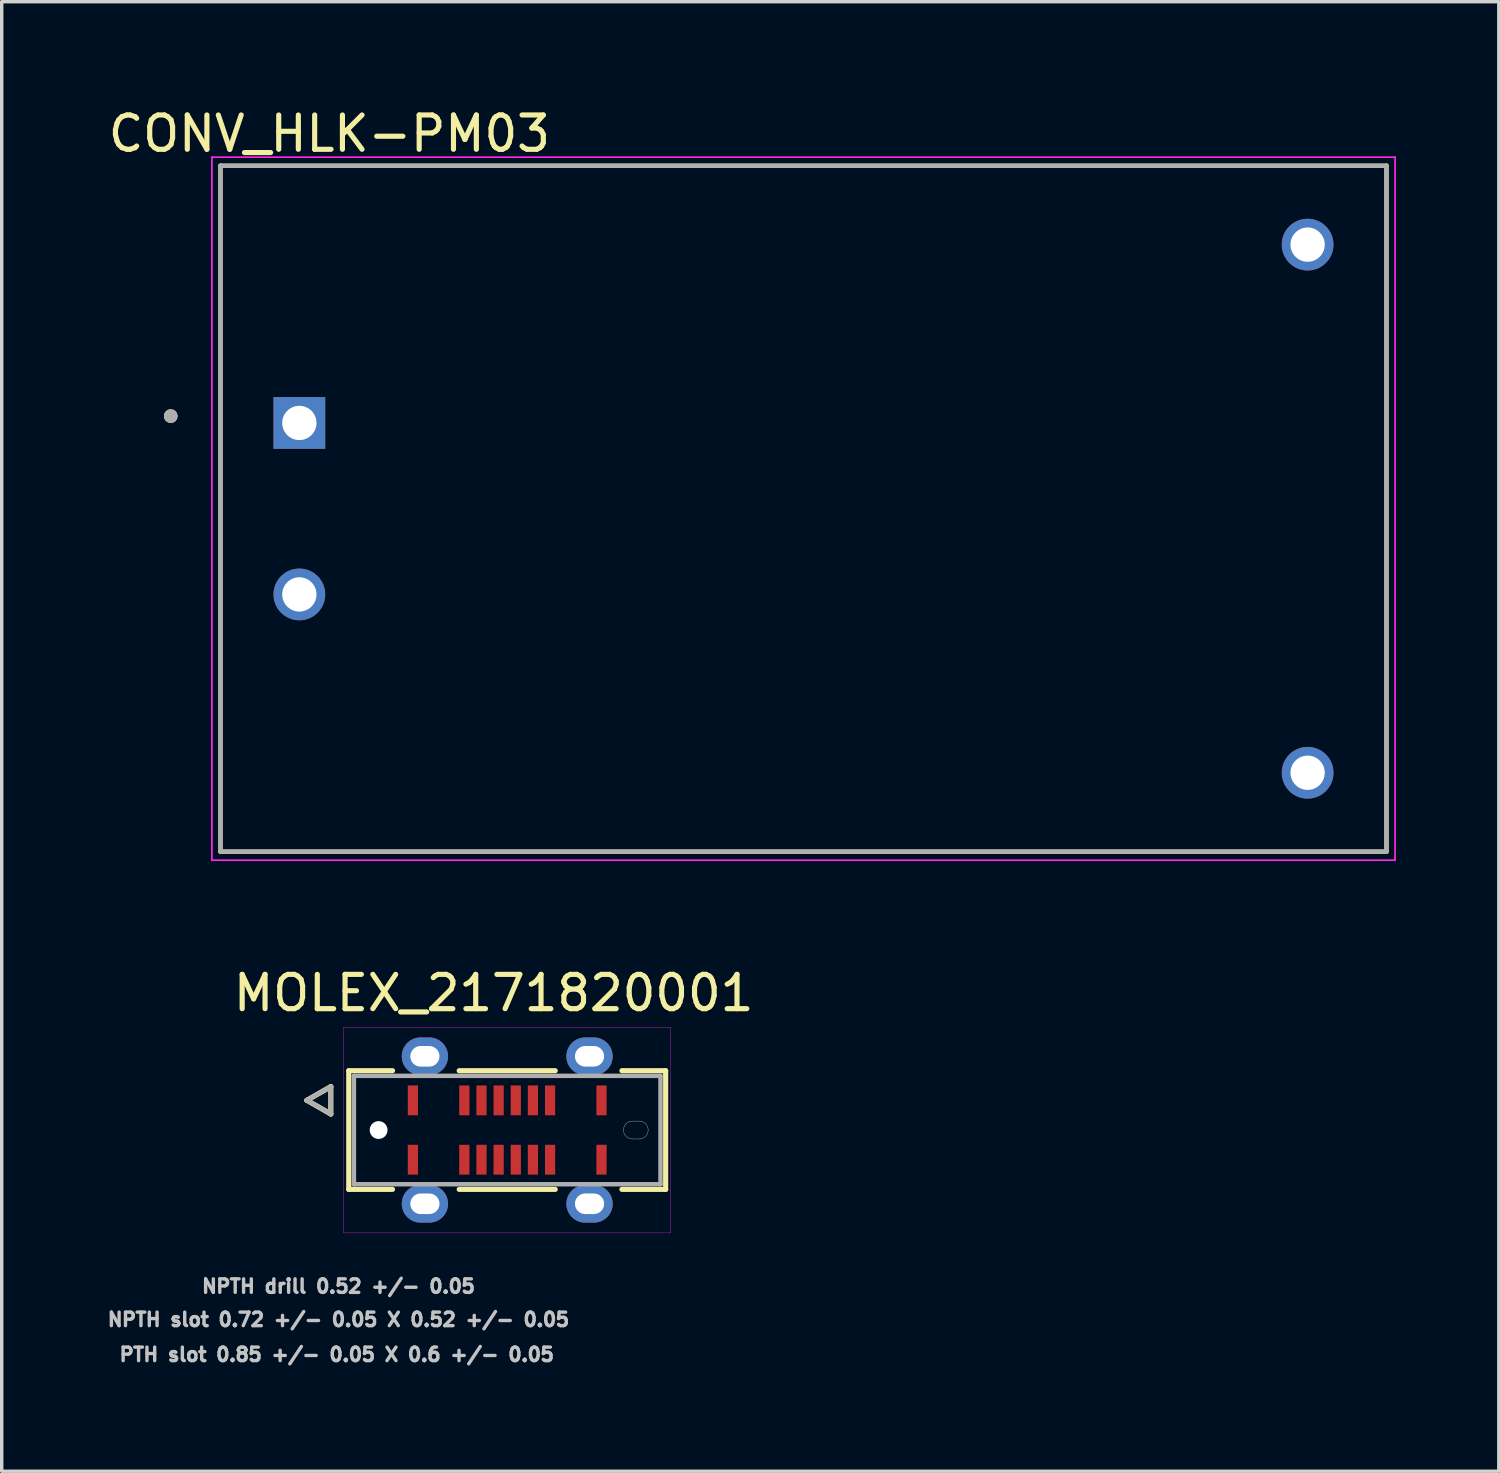
<source format=kicad_pcb>
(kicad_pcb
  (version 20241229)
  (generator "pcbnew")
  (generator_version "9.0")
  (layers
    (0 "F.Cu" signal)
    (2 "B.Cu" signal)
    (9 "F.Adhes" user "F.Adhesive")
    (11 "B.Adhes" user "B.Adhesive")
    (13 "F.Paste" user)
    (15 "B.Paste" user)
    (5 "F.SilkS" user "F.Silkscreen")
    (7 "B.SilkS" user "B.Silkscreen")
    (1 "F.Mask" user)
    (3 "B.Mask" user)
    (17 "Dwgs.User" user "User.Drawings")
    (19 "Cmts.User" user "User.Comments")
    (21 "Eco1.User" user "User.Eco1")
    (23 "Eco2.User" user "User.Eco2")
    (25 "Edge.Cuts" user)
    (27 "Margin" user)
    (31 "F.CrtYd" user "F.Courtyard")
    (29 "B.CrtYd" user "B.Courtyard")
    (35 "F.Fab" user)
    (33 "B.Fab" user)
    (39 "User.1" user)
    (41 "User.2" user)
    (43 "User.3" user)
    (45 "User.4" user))
  (footprint "CONV_HLK-PM03"
    (layer "F.Cu")
    (at 20.379 11.783)
    (property "Reference" "CONV_HLK-PM03" (at -13.825 -10.935 0) (layer "F.SilkS") (effects (font (size 1 1) (thickness 0.15))))
    (attr through_hole)
    (fp_line (start -17 -10) (end -17 10) (stroke (width 0.127) (type solid)) (layer "F.SilkS"))
    (fp_line (start -17 10) (end 17 10) (stroke (width 0.127) (type solid)) (layer "F.SilkS"))
    (fp_line (start 17 -10) (end -17 -10) (stroke (width 0.127) (type solid)) (layer "F.SilkS"))
    (fp_line (start 17 10) (end 17 -10) (stroke (width 0.127) (type solid)) (layer "F.SilkS"))
    (fp_circle (center -18.45 -2.7) (end -18.35 -2.7) (stroke (width 0.2) (type solid)) (fill no) (layer "F.SilkS"))
    (fp_line (start -17.25 -10.25) (end -17.25 10.25) (stroke (width 0.05) (type solid)) (layer "F.CrtYd"))
    (fp_line (start -17.25 10.25) (end 17.25 10.25) (stroke (width 0.05) (type solid)) (layer "F.CrtYd"))
    (fp_line (start 17.25 -10.25) (end -17.25 -10.25) (stroke (width 0.05) (type solid)) (layer "F.CrtYd"))
    (fp_line (start 17.25 10.25) (end 17.25 -10.25) (stroke (width 0.05) (type solid)) (layer "F.CrtYd"))
    (fp_line (start -17 -10) (end -17 10) (stroke (width 0.127) (type solid)) (layer "F.Fab"))
    (fp_line (start -17 10) (end 17 10) (stroke (width 0.127) (type solid)) (layer "F.Fab"))
    (fp_line (start 17 -10) (end -17 -10) (stroke (width 0.127) (type solid)) (layer "F.Fab"))
    (fp_line (start 17 10) (end 17 -10) (stroke (width 0.127) (type solid)) (layer "F.Fab"))
    (fp_circle (center -18.45 -2.7) (end -18.35 -2.7) (stroke (width 0.2) (type solid)) (fill no) (layer "F.Fab"))
    (pad "1" thru_hole rect (at -14.7 -2.5) (size 1.508 1.508) (drill 1) (layers "*.Cu" "*.Mask"))
    (pad "2" thru_hole circle (at -14.7 2.5) (size 1.508 1.508) (drill 1) (layers "*.Cu" "*.Mask"))
    (pad "3" thru_hole circle (at 14.7 -7.7) (size 1.508 1.508) (drill 1) (layers "*.Cu" "*.Mask"))
    (pad "4" thru_hole circle (at 14.7 7.7) (size 1.508 1.508) (drill 1) (layers "*.Cu" "*.Mask")))
  (footprint "MOLEX_2171820001"
    (layer "F.Cu")
    (at 11.74 29.901)
    (property "Reference" "MOLEX_2171820001" (at -0.395 -3.994 0) (layer "F.SilkS") (effects (font (size 1 1) (thickness 0.15))))
    (attr smd)
    (fp_circle (center -3.75 0) (end -3.588 0) (stroke (width 0.324) (type solid)) (fill no) (layer "F.Mask"))
    (fp_poly (pts (xy -2.962 -1.363) (xy -2.538 -1.363) (xy -2.538 -0.366) (xy -2.962 -0.366)) (stroke (width 0.01) (type solid)) (fill yes) (layer "F.Mask"))
    (fp_poly (pts (xy -2.962 0.366) (xy -2.538 0.366) (xy -2.538 1.363) (xy -2.962 1.363)) (stroke (width 0.01) (type solid)) (fill yes) (layer "F.Mask"))
    (fp_poly (pts (xy -1.462 -1.363) (xy -1.038 -1.363) (xy -1.038 -0.366) (xy -1.462 -0.366)) (stroke (width 0.01) (type solid)) (fill yes) (layer "F.Mask"))
    (fp_poly (pts (xy -1.462 0.366) (xy -1.038 0.366) (xy -1.038 1.363) (xy -1.462 1.363)) (stroke (width 0.01) (type solid)) (fill yes) (layer "F.Mask"))
    (fp_poly (pts (xy -0.963 -1.363) (xy -0.537 -1.363) (xy -0.537 -0.366) (xy -0.963 -0.366)) (stroke (width 0.01) (type solid)) (fill yes) (layer "F.Mask"))
    (fp_poly (pts (xy -0.963 0.366) (xy -0.537 0.366) (xy -0.537 1.363) (xy -0.963 1.363)) (stroke (width 0.01) (type solid)) (fill yes) (layer "F.Mask"))
    (fp_poly (pts (xy -0.463 -1.363) (xy -0.037 -1.363) (xy -0.037 -0.366) (xy -0.463 -0.366)) (stroke (width 0.01) (type solid)) (fill yes) (layer "F.Mask"))
    (fp_poly (pts (xy -0.463 0.366) (xy -0.037 0.366) (xy -0.037 1.363) (xy -0.463 1.363)) (stroke (width 0.01) (type solid)) (fill yes) (layer "F.Mask"))
    (fp_poly (pts (xy 0.037 -1.363) (xy 0.463 -1.363) (xy 0.463 -0.366) (xy 0.037 -0.366)) (stroke (width 0.01) (type solid)) (fill yes) (layer "F.Mask"))
    (fp_poly (pts (xy 0.037 0.366) (xy 0.463 0.366) (xy 0.463 1.363) (xy 0.037 1.363)) (stroke (width 0.01) (type solid)) (fill yes) (layer "F.Mask"))
    (fp_poly (pts (xy 0.537 -1.363) (xy 0.963 -1.363) (xy 0.963 -0.366) (xy 0.537 -0.366)) (stroke (width 0.01) (type solid)) (fill yes) (layer "F.Mask"))
    (fp_poly (pts (xy 0.537 0.366) (xy 0.963 0.366) (xy 0.963 1.363) (xy 0.537 1.363)) (stroke (width 0.01) (type solid)) (fill yes) (layer "F.Mask"))
    (fp_poly (pts (xy 1.038 -1.363) (xy 1.462 -1.363) (xy 1.462 -0.366) (xy 1.038 -0.366)) (stroke (width 0.01) (type solid)) (fill yes) (layer "F.Mask"))
    (fp_poly (pts (xy 1.038 0.366) (xy 1.462 0.366) (xy 1.462 1.363) (xy 1.038 1.363)) (stroke (width 0.01) (type solid)) (fill yes) (layer "F.Mask"))
    (fp_poly (pts (xy 2.538 -1.363) (xy 2.962 -1.363) (xy 2.962 -0.366) (xy 2.538 -0.366)) (stroke (width 0.01) (type solid)) (fill yes) (layer "F.Mask"))
    (fp_poly (pts (xy 2.538 0.366) (xy 2.962 0.366) (xy 2.962 1.363) (xy 2.538 1.363)) (stroke (width 0.01) (type solid)) (fill yes) (layer "F.Mask"))
    (fp_poly (pts (xy 3.65 -0.324) (xy 3.85 -0.324) (xy 3.867 -0.323) (xy 3.884 -0.322) (xy 3.901 -0.32) (xy 3.917 -0.316) (xy 3.934 -0.312) (xy 3.95 -0.308) (xy 3.966 -0.302) (xy 3.982 -0.296) (xy 3.997 -0.288) (xy 4.012 -0.28) (xy 4.026 -0.271) (xy 4.04 -0.262) (xy 4.054 -0.251) (xy 4.066 -0.24) (xy 4.079 -0.229) (xy 4.09 -0.216) (xy 4.101 -0.204) (xy 4.112 -0.19) (xy 4.121 -0.176) (xy 4.13 -0.162) (xy 4.138 -0.147) (xy 4.146 -0.132) (xy 4.152 -0.116) (xy 4.158 -0.1) (xy 4.162 -0.084) (xy 4.166 -0.067) (xy 4.17 -0.051) (xy 4.172 -0.034) (xy 4.173 -0.017) (xy 4.173 0) (xy 4.173 0.017) (xy 4.172 0.034) (xy 4.17 0.051) (xy 4.166 0.067) (xy 4.162 0.084) (xy 4.158 0.1) (xy 4.152 0.116) (xy 4.146 0.132) (xy 4.138 0.147) (xy 4.13 0.162) (xy 4.121 0.176) (xy 4.112 0.19) (xy 4.101 0.204) (xy 4.09 0.216) (xy 4.079 0.229) (xy 4.066 0.24) (xy 4.054 0.251) (xy 4.04 0.262) (xy 4.026 0.271) (xy 4.012 0.28) (xy 3.997 0.288) (xy 3.982 0.296) (xy 3.966 0.302) (xy 3.95 0.308) (xy 3.934 0.312) (xy 3.917 0.316) (xy 3.901 0.32) (xy 3.884 0.322) (xy 3.867 0.323) (xy 3.85 0.324) (xy 3.65 0.324) (xy 3.633 0.323) (xy 3.616 0.322) (xy 3.599 0.32) (xy 3.583 0.316) (xy 3.566 0.312) (xy 3.55 0.308) (xy 3.534 0.302) (xy 3.518 0.296) (xy 3.503 0.288) (xy 3.488 0.28) (xy 3.474 0.271) (xy 3.46 0.262) (xy 3.446 0.251) (xy 3.434 0.24) (xy 3.421 0.229) (xy 3.41 0.216) (xy 3.399 0.204) (xy 3.388 0.19) (xy 3.379 0.176) (xy 3.37 0.162) (xy 3.362 0.147) (xy 3.354 0.132) (xy 3.348 0.116) (xy 3.342 0.1) (xy 3.338 0.084) (xy 3.334 0.067) (xy 3.33 0.051) (xy 3.328 0.034) (xy 3.327 0.017) (xy 3.326 0) (xy 3.327 -0.017) (xy 3.328 -0.034) (xy 3.33 -0.051) (xy 3.334 -0.067) (xy 3.338 -0.084) (xy 3.342 -0.1) (xy 3.348 -0.116) (xy 3.354 -0.132) (xy 3.362 -0.147) (xy 3.37 -0.162) (xy 3.379 -0.176) (xy 3.388 -0.19) (xy 3.399 -0.204) (xy 3.41 -0.216) (xy 3.421 -0.229) (xy 3.434 -0.24) (xy 3.446 -0.251) (xy 3.46 -0.262) (xy 3.474 -0.271) (xy 3.488 -0.28) (xy 3.503 -0.288) (xy 3.518 -0.296) (xy 3.534 -0.302) (xy 3.55 -0.308) (xy 3.566 -0.312) (xy 3.583 -0.316) (xy 3.599 -0.32) (xy 3.616 -0.322) (xy 3.633 -0.323) (xy 3.65 -0.324) (xy 3.65 -0.324)) (stroke (width 0.01) (type solid)) (fill yes) (layer "F.Mask"))
    (fp_circle (center -3.75 0) (end -3.588 0) (stroke (width 0.324) (type solid)) (fill no) (layer "B.Mask"))
    (fp_poly (pts (xy 3.65 -0.324) (xy 3.85 -0.324) (xy 3.867 -0.323) (xy 3.884 -0.322) (xy 3.901 -0.32) (xy 3.917 -0.316) (xy 3.934 -0.312) (xy 3.95 -0.308) (xy 3.966 -0.302) (xy 3.982 -0.296) (xy 3.997 -0.288) (xy 4.012 -0.28) (xy 4.026 -0.271) (xy 4.04 -0.262) (xy 4.054 -0.251) (xy 4.066 -0.24) (xy 4.079 -0.229) (xy 4.09 -0.216) (xy 4.101 -0.204) (xy 4.112 -0.19) (xy 4.121 -0.176) (xy 4.13 -0.162) (xy 4.138 -0.147) (xy 4.146 -0.132) (xy 4.152 -0.116) (xy 4.158 -0.1) (xy 4.162 -0.084) (xy 4.166 -0.067) (xy 4.17 -0.051) (xy 4.172 -0.034) (xy 4.173 -0.017) (xy 4.173 0) (xy 4.173 0.017) (xy 4.172 0.034) (xy 4.17 0.051) (xy 4.166 0.067) (xy 4.162 0.084) (xy 4.158 0.1) (xy 4.152 0.116) (xy 4.146 0.132) (xy 4.138 0.147) (xy 4.13 0.162) (xy 4.121 0.176) (xy 4.112 0.19) (xy 4.101 0.204) (xy 4.09 0.216) (xy 4.079 0.229) (xy 4.066 0.24) (xy 4.054 0.251) (xy 4.04 0.262) (xy 4.026 0.271) (xy 4.012 0.28) (xy 3.997 0.288) (xy 3.982 0.296) (xy 3.966 0.302) (xy 3.95 0.308) (xy 3.934 0.312) (xy 3.917 0.316) (xy 3.901 0.32) (xy 3.884 0.322) (xy 3.867 0.323) (xy 3.85 0.324) (xy 3.65 0.324) (xy 3.633 0.323) (xy 3.616 0.322) (xy 3.599 0.32) (xy 3.583 0.316) (xy 3.566 0.312) (xy 3.55 0.308) (xy 3.534 0.302) (xy 3.518 0.296) (xy 3.503 0.288) (xy 3.488 0.28) (xy 3.474 0.271) (xy 3.46 0.262) (xy 3.446 0.251) (xy 3.434 0.24) (xy 3.421 0.229) (xy 3.41 0.216) (xy 3.399 0.204) (xy 3.388 0.19) (xy 3.379 0.176) (xy 3.37 0.162) (xy 3.362 0.147) (xy 3.354 0.132) (xy 3.348 0.116) (xy 3.342 0.1) (xy 3.338 0.084) (xy 3.334 0.067) (xy 3.33 0.051) (xy 3.328 0.034) (xy 3.327 0.017) (xy 3.326 0) (xy 3.327 -0.017) (xy 3.328 -0.034) (xy 3.33 -0.051) (xy 3.334 -0.067) (xy 3.338 -0.084) (xy 3.342 -0.1) (xy 3.348 -0.116) (xy 3.354 -0.132) (xy 3.362 -0.147) (xy 3.37 -0.162) (xy 3.379 -0.176) (xy 3.388 -0.19) (xy 3.399 -0.204) (xy 3.41 -0.216) (xy 3.421 -0.229) (xy 3.434 -0.24) (xy 3.446 -0.251) (xy 3.46 -0.262) (xy 3.474 -0.271) (xy 3.488 -0.28) (xy 3.503 -0.288) (xy 3.518 -0.296) (xy 3.534 -0.302) (xy 3.55 -0.308) (xy 3.566 -0.312) (xy 3.583 -0.316) (xy 3.599 -0.32) (xy 3.616 -0.322) (xy 3.633 -0.323) (xy 3.65 -0.324) (xy 3.65 -0.324)) (stroke (width 0.01) (type solid)) (fill yes) (layer "B.Mask"))
    (fp_line (start -5.843 -0.867) (end -5.143 -0.467) (stroke (width 0.15) (type solid)) (layer "F.SilkS"))
    (fp_line (start -5.143 -1.267) (end -5.843 -0.867) (stroke (width 0.15) (type solid)) (layer "F.SilkS"))
    (fp_line (start -5.143 -0.467) (end -5.143 -1.267) (stroke (width 0.15) (type solid)) (layer "F.SilkS"))
    (fp_line (start -4.62 -1.73) (end -3.345 -1.73) (stroke (width 0.15) (type solid)) (layer "F.SilkS"))
    (fp_line (start -4.62 1.73) (end -4.62 -1.73) (stroke (width 0.15) (type solid)) (layer "F.SilkS"))
    (fp_line (start -3.345 1.73) (end -4.62 1.73) (stroke (width 0.15) (type solid)) (layer "F.SilkS"))
    (fp_line (start -1.4 -1.73) (end 1.4 -1.73) (stroke (width 0.15) (type solid)) (layer "F.SilkS"))
    (fp_line (start -1.4 1.73) (end 1.4 1.73) (stroke (width 0.15) (type solid)) (layer "F.SilkS"))
    (fp_line (start 3.345 -1.73) (end 4.62 -1.73) (stroke (width 0.15) (type solid)) (layer "F.SilkS"))
    (fp_line (start 4.62 -1.73) (end 4.62 1.73) (stroke (width 0.15) (type solid)) (layer "F.SilkS"))
    (fp_line (start 4.62 1.73) (end 3.345 1.73) (stroke (width 0.15) (type solid)) (layer "F.SilkS"))
    (fp_line (start 3.65 -0.26) (end 3.85 -0.26) (stroke (width 0.01) (type solid)) (layer "Edge.Cuts"))
    (fp_line (start 3.85 0.26) (end 3.65 0.26) (stroke (width 0.01) (type solid)) (layer "Edge.Cuts"))
    (fp_arc (start 3.39 0) (mid 3.466152 -0.183848) (end 3.65 -0.26) (stroke (width 0.01) (type solid)) (layer "Edge.Cuts"))
    (fp_arc (start 3.65 0.26) (mid 3.466152 0.183848) (end 3.39 0) (stroke (width 0.01) (type solid)) (layer "Edge.Cuts"))
    (fp_arc (start 3.85 -0.26) (mid 4.033848 -0.183848) (end 4.11 0) (stroke (width 0.01) (type solid)) (layer "Edge.Cuts"))
    (fp_arc (start 4.11 0) (mid 4.033848 0.183848) (end 3.85 0.26) (stroke (width 0.01) (type solid)) (layer "Edge.Cuts"))
    (fp_line (start -4.77 -3) (end 4.77 -3) (stroke (width 0.01) (type solid)) (layer "F.CrtYd"))
    (fp_line (start -4.77 3) (end -4.77 -3) (stroke (width 0.01) (type solid)) (layer "F.CrtYd"))
    (fp_line (start 4.77 -3) (end 4.77 3) (stroke (width 0.01) (type solid)) (layer "F.CrtYd"))
    (fp_line (start 4.77 3) (end -4.77 3) (stroke (width 0.01) (type solid)) (layer "F.CrtYd"))
    (fp_line (start -5.843 -0.867) (end -5.143 -0.467) (stroke (width 0.13) (type solid)) (layer "F.Fab"))
    (fp_line (start -5.143 -1.267) (end -5.843 -0.867) (stroke (width 0.13) (type solid)) (layer "F.Fab"))
    (fp_line (start -5.143 -0.467) (end -5.143 -1.267) (stroke (width 0.13) (type solid)) (layer "F.Fab"))
    (fp_line (start -4.47 -1.58) (end 4.47 -1.58) (stroke (width 0.13) (type solid)) (layer "F.Fab"))
    (fp_line (start -4.47 1.58) (end -4.47 -1.58) (stroke (width 0.13) (type solid)) (layer "F.Fab"))
    (fp_line (start 4.47 -1.58) (end 4.47 1.58) (stroke (width 0.13) (type solid)) (layer "F.Fab"))
    (fp_line (start 4.47 1.58) (end -4.47 1.58) (stroke (width 0.13) (type solid)) (layer "F.Fab"))
    (fp_text user "NPTH slot 0.72 +/- 0.05 X 0.52 +/- 0.05" (at -4.92 5.526 0) (layer "Dwgs.User") (effects (font (size 0.394 0.394) (thickness 0.15))))
    (fp_text user "NPTH drill 0.52 +/- 0.05" (at -4.92 4.556 0) (layer "Dwgs.User") (effects (font (size 0.394 0.394) (thickness 0.15))))
    (fp_text user "PTH slot 0.85 +/- 0.05 X 0.6 +/- 0.05" (at -4.97 6.546 0) (layer "Dwgs.User") (effects (font (size 0.394 0.394) (thickness 0.15))))
    (pad "" np_thru_hole circle (at -3.75 0) (size 0.52 0.52) (drill 0.52) (layers "*.Cu" "*.Mask"))
    (pad "A1" smd rect (at -2.75 -0.865) (size 0.298 0.87) (layers "F.Cu" "F.Paste"))
    (pad "A4" smd rect (at -1.25 -0.865) (size 0.298 0.87) (layers "F.Cu" "F.Paste"))
    (pad "A5" smd rect (at -0.75 -0.865) (size 0.298 0.87) (layers "F.Cu" "F.Paste"))
    (pad "A6" smd rect (at -0.25 -0.865) (size 0.298 0.87) (layers "F.Cu" "F.Paste"))
    (pad "A7" smd rect (at 0.25 -0.865) (size 0.298 0.87) (layers "F.Cu" "F.Paste"))
    (pad "A8" smd rect (at 0.75 -0.865) (size 0.298 0.87) (layers "F.Cu" "F.Paste"))
    (pad "A9" smd rect (at 1.25 -0.865) (size 0.298 0.87) (layers "F.Cu" "F.Paste"))
    (pad "A12" smd rect (at 2.75 -0.865) (size 0.298 0.87) (layers "F.Cu" "F.Paste"))
    (pad "B1" smd rect (at 2.75 0.865) (size 0.298 0.87) (layers "F.Cu" "F.Paste"))
    (pad "B4" smd rect (at 1.25 0.865) (size 0.298 0.87) (layers "F.Cu" "F.Paste"))
    (pad "B5" smd rect (at 0.75 0.865) (size 0.298 0.87) (layers "F.Cu" "F.Paste"))
    (pad "B6" smd rect (at 0.25 0.865) (size 0.298 0.87) (layers "F.Cu" "F.Paste"))
    (pad "B7" smd rect (at -0.25 0.865) (size 0.298 0.87) (layers "F.Cu" "F.Paste"))
    (pad "B8" smd rect (at -0.75 0.865) (size 0.298 0.87) (layers "F.Cu" "F.Paste"))
    (pad "B9" smd rect (at -1.25 0.865) (size 0.298 0.87) (layers "F.Cu" "F.Paste"))
    (pad "B12" smd rect (at -2.75 0.865) (size 0.298 0.87) (layers "F.Cu" "F.Paste"))
    (pad "SH1" thru_hole oval (at -2.4 2.15) (size 1.35 1.1) (drill oval 0.85 0.6) (layers "*.Cu" "*.Mask"))
    (pad "SH2" thru_hole oval (at 2.4 2.15) (size 1.35 1.1) (drill oval 0.85 0.6) (layers "*.Cu" "*.Mask"))
    (pad "SH3" thru_hole oval (at -2.4 -2.15) (size 1.35 1.1) (drill oval 0.85 0.6) (layers "*.Cu" "*.Mask"))
    (pad "SH4" thru_hole oval (at 2.4 -2.15) (size 1.35 1.1) (drill oval 0.85 0.6) (layers "*.Cu" "*.Mask")))
  (gr_rect
    (start -3 -3)
    (end 40.654 39.85)
    (stroke (width 0.1) (type default))
    (fill no)
    (layer "Edge.Cuts")))
</source>
